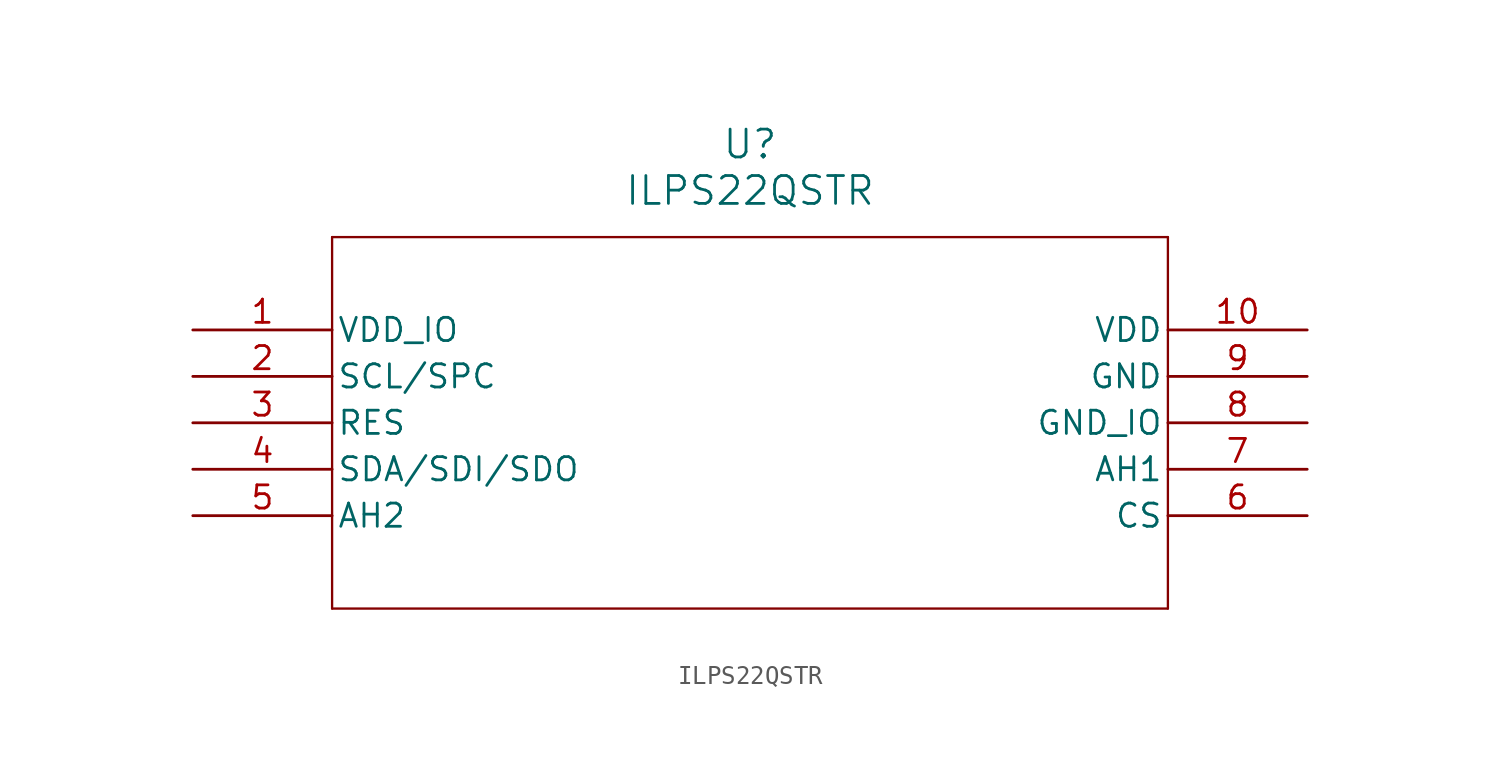
<source format=kicad_sym>
(kicad_symbol_lib
  (version 20211014)
  (generator kicad_symbol_editor)
  (symbol "ILPS22QSTR"
    (pin_names
      (offset 0.254))
    (property "Reference" "U"
      (at 30.48 10.16 0)
      (effects (font (size 1.524 1.524))))
    (property "Value" "ILPS22QSTR"
      (at 30.48 7.62 0)
      (effects (font (size 1.524 1.524))))
    (symbol "ILPS22QSTR_0_1"
      (polyline (pts (xy 7.62 5.08) (xy 7.62 -15.24)) (stroke (width 0.127) (type default) (color 0 0 0 0)) (fill (type none)))
      (polyline (pts (xy 7.62 -15.24) (xy 53.34 -15.24)) (stroke (width 0.127) (type default) (color 0 0 0 0)) (fill (type none)))
      (polyline (pts (xy 53.34 -15.24) (xy 53.34 5.08)) (stroke (width 0.127) (type default) (color 0 0 0 0)) (fill (type none)))
      (polyline (pts (xy 53.34 5.08) (xy 7.62 5.08)) (stroke (width 0.127) (type default) (color 0 0 0 0)) (fill (type none)))
      (pin power_in line (at 0 0 0) (length 7.62) (name "VDD_IO" (effects (font (size 1.27 1.27)))) (number "1" (effects (font (size 1.27 1.27)))))
      (pin input line (at 0 -2.54 0) (length 7.62) (name "SCL/SPC" (effects (font (size 1.27 1.27)))) (number "2" (effects (font (size 1.27 1.27)))))
      (pin power_out line (at 0 -5.08 0) (length 7.62) (name "RES" (effects (font (size 1.27 1.27)))) (number "3" (effects (font (size 1.27 1.27)))))
      (pin bidirectional line (at 0 -7.62 0) (length 7.62) (name "SDA/SDI/SDO" (effects (font (size 1.27 1.27)))) (number "4" (effects (font (size 1.27 1.27)))))
      (pin bidirectional line (at 0 -10.16 0) (length 7.62) (name "AH2" (effects (font (size 1.27 1.27)))) (number "5" (effects (font (size 1.27 1.27)))))
      (pin unspecified line (at 60.96 -10.16 180) (length 7.62) (name "CS" (effects (font (size 1.27 1.27)))) (number "6" (effects (font (size 1.27 1.27)))))
      (pin bidirectional line (at 60.96 -7.62 180) (length 7.62) (name "AH1" (effects (font (size 1.27 1.27)))) (number "7" (effects (font (size 1.27 1.27)))))
      (pin power_out line (at 60.96 -5.08 180) (length 7.62) (name "GND_IO" (effects (font (size 1.27 1.27)))) (number "8" (effects (font (size 1.27 1.27)))))
      (pin power_out line (at 60.96 -2.54 180) (length 7.62) (name "GND" (effects (font (size 1.27 1.27)))) (number "9" (effects (font (size 1.27 1.27)))))
      (pin power_in line (at 60.96 0 180) (length 7.62) (name "VDD" (effects (font (size 1.27 1.27)))) (number "10" (effects (font (size 1.27 1.27))))))))
</source>
